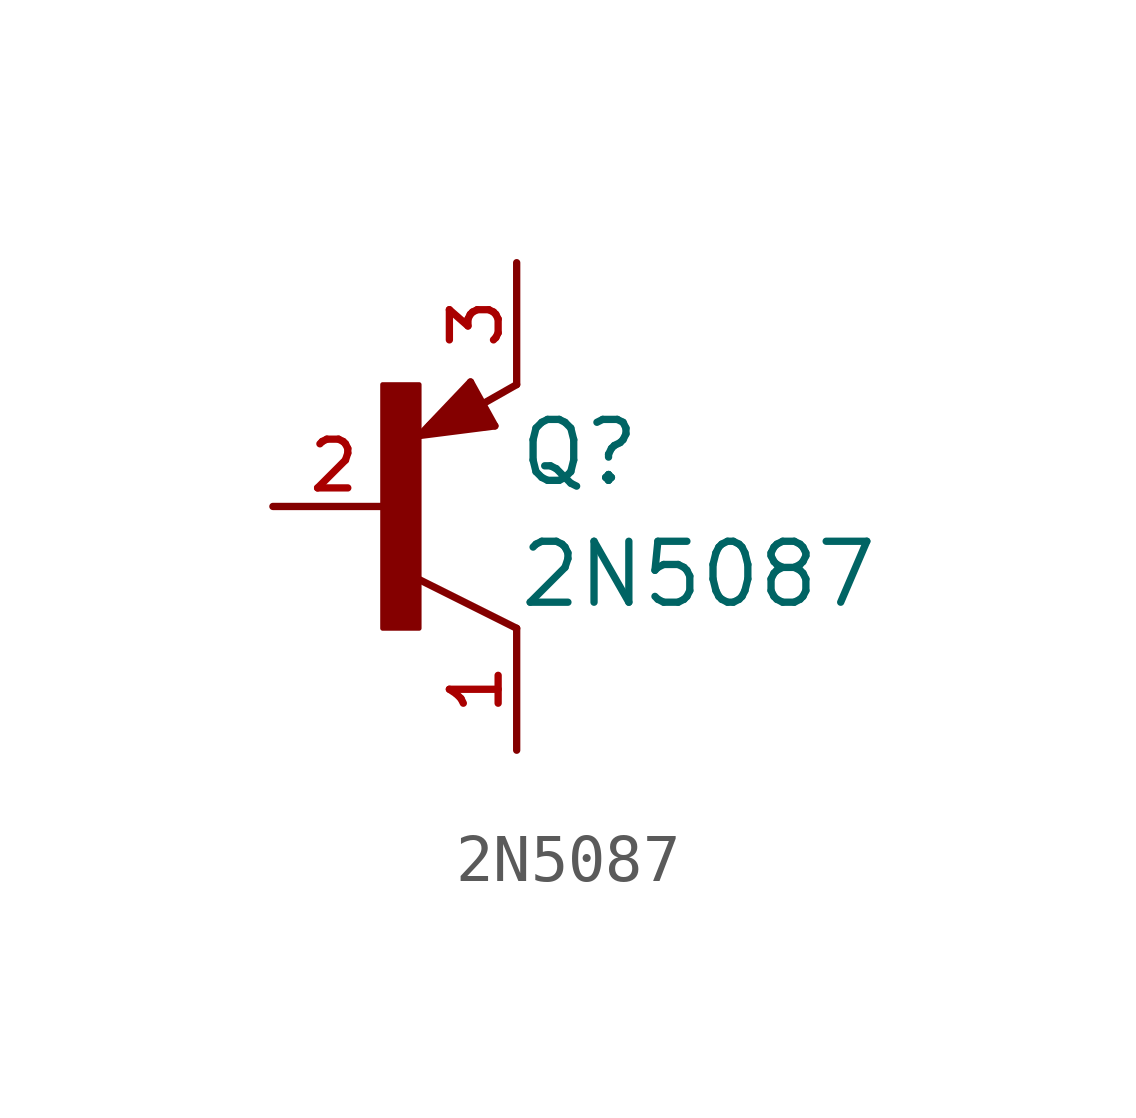
<source format=kicad_sym>
(kicad_symbol_lib
  (version 20211014)
  (generator kicad_symbol_editor)
  (symbol "2N5087"
    (pin_names
      (offset 1.016))
    (property "Reference" "Q"
      (at 2.54 0.381 0)
      (effects (font (size 1.27 1.27)) (justify bottom left)))
    (property "Value" "2N5087"
      (at 2.54 -2.159 0)
      (effects (font (size 1.27 1.27)) (justify bottom left)))
    (symbol "2N5087_0_0"
      (rectangle (start -0.254 -2.54) (end 0.508 2.54) (stroke (width 0.1)) (fill (type outline)))
      (polyline (pts (xy 2.086 1.678) (xy 1.578 2.594)) (stroke (width 0.152)))
      (polyline (pts (xy 1.578 2.594) (xy 0.516 1.478)) (stroke (width 0.152)))
      (polyline (pts (xy 0.516 1.478) (xy 2.086 1.678)) (stroke (width 0.152)))
      (polyline (pts (xy 2.54 2.54) (xy 1.808 2.124)) (stroke (width 0.152)))
      (polyline (pts (xy 2.54 -2.54) (xy 0.508 -1.524)) (stroke (width 0.152)))
      (polyline (pts (xy 1.905 1.778) (xy 1.524 2.413)) (stroke (width 0.254)))
      (polyline (pts (xy 1.524 2.413) (xy 0.762 1.651)) (stroke (width 0.254)))
      (polyline (pts (xy 0.762 1.651) (xy 1.778 1.778)) (stroke (width 0.254)))
      (polyline (pts (xy 1.778 1.778) (xy 1.524 2.159)) (stroke (width 0.254)))
      (polyline (pts (xy 1.524 2.159) (xy 1.143 1.905)) (stroke (width 0.254)))
      (polyline (pts (xy 1.143 1.905) (xy 1.524 1.905)) (stroke (width 0.254)))
      (pin passive line (at -2.54 0.0 0) (length 2.54) (name "~" (effects (font (size 1.016 1.016)))) (number "2" (effects (font (size 1.016 1.016)))))
      (pin passive line (at 2.54 -5.08 90.0) (length 2.54) (name "~" (effects (font (size 1.016 1.016)))) (number "1" (effects (font (size 1.016 1.016)))))
      (pin passive line (at 2.54 5.08 270.0) (length 2.54) (name "~" (effects (font (size 1.016 1.016)))) (number "3" (effects (font (size 1.016 1.016))))))))
</source>
